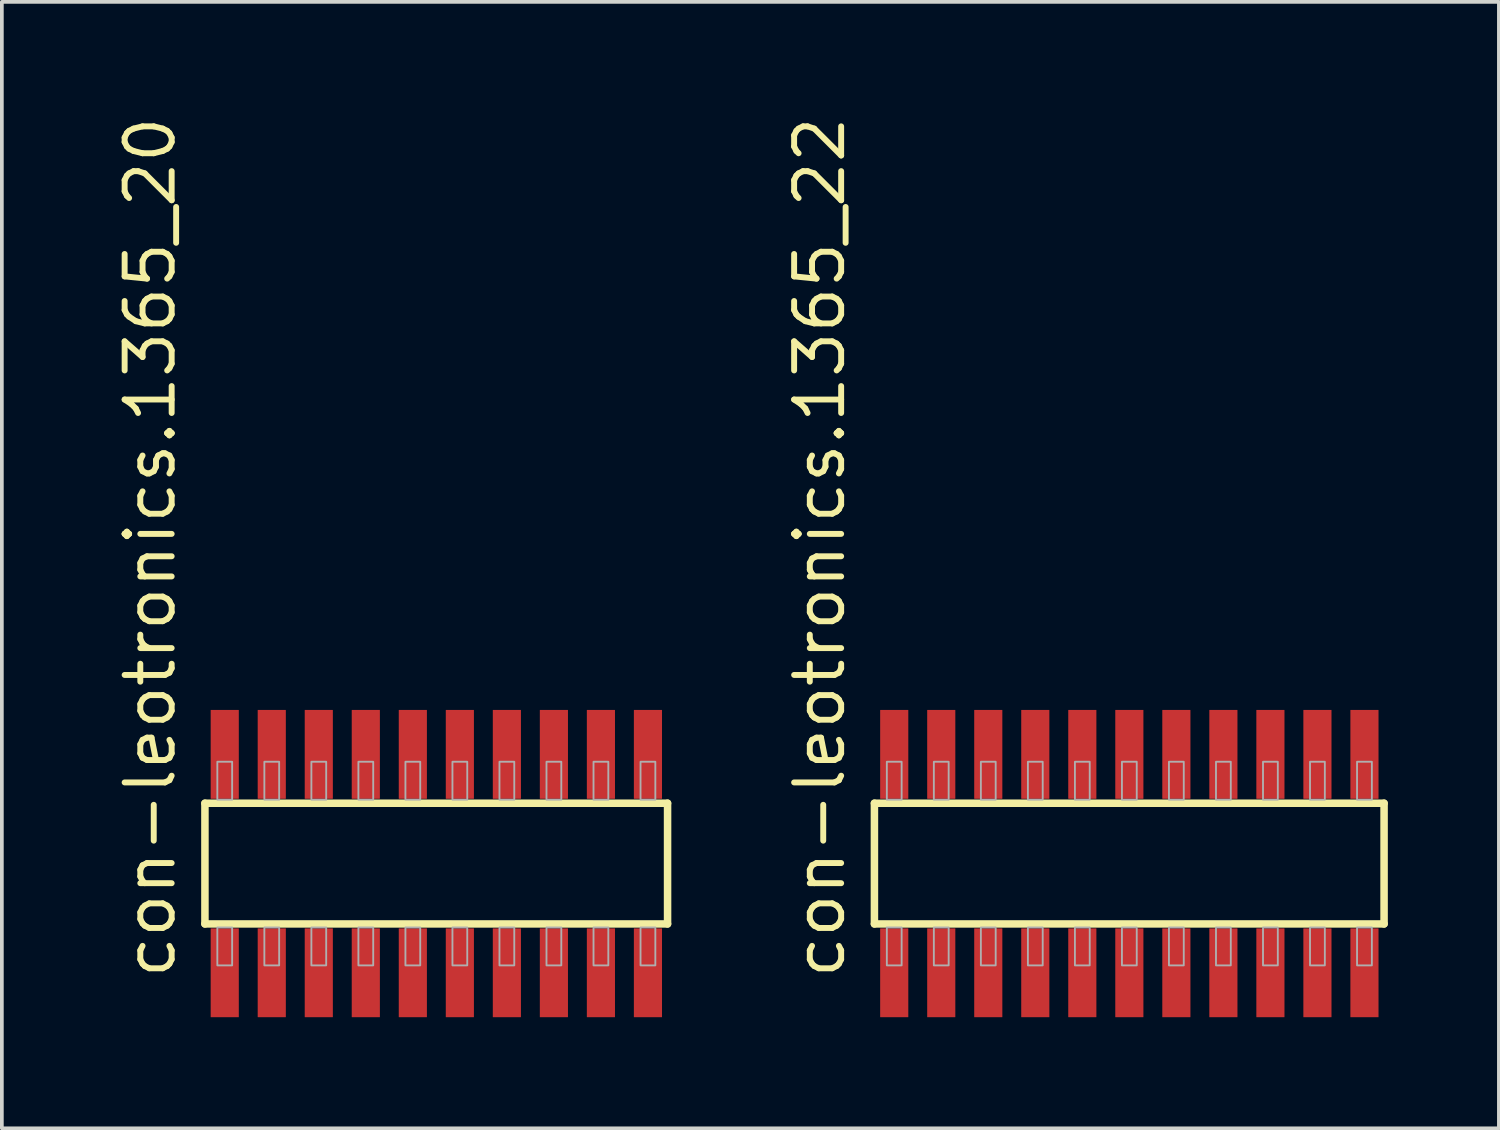
<source format=kicad_pcb>
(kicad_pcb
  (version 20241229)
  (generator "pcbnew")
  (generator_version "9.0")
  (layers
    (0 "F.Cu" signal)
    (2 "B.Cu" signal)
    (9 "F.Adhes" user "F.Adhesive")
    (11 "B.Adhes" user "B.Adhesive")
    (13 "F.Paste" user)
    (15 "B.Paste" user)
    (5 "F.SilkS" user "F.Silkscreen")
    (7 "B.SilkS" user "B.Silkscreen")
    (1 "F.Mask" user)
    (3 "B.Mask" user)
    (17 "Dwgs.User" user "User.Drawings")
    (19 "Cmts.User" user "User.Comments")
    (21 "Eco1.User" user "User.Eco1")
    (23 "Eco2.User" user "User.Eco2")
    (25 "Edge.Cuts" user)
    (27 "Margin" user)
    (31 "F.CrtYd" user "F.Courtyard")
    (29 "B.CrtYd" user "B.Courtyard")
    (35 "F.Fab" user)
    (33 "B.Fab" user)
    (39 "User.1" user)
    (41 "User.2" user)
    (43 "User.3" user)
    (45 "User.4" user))
  (footprint "con-leotronics.1365_20"
    (layer "F.Cu")
    (at 8.735 20.274)
    (property "Reference" "con-leotronics.1365_20" (at -6.985 3.175 90) (layer "F.SilkS") (effects (font (size 1.27 1.27) (thickness 0.16)) (justify left bottom)))
    (attr smd)
    (fp_line (start -6.25 -1.63) (end 6.245 -1.63) (stroke (width 0.203) (type default)) (layer "F.SilkS"))
    (fp_line (start -6.25 1.63) (end -6.25 -1.63) (stroke (width 0.203) (type default)) (layer "F.SilkS"))
    (fp_line (start 6.245 -1.63) (end 6.245 1.63) (stroke (width 0.203) (type default)) (layer "F.SilkS"))
    (fp_line (start 6.245 1.63) (end -6.25 1.63) (stroke (width 0.203) (type default)) (layer "F.SilkS"))
    (fp_rect (start -5.915 -1.725) (end -5.515 -2.75) (stroke (width 0.05) (type default)) (fill no) (layer "F.Fab"))
    (fp_rect (start -5.915 2.75) (end -5.515 1.725) (stroke (width 0.05) (type default)) (fill no) (layer "F.Fab"))
    (fp_rect (start -4.645 -1.725) (end -4.245 -2.75) (stroke (width 0.05) (type default)) (fill no) (layer "F.Fab"))
    (fp_rect (start -4.645 2.75) (end -4.245 1.725) (stroke (width 0.05) (type default)) (fill no) (layer "F.Fab"))
    (fp_rect (start -3.375 -1.725) (end -2.975 -2.75) (stroke (width 0.05) (type default)) (fill no) (layer "F.Fab"))
    (fp_rect (start -3.375 2.75) (end -2.975 1.725) (stroke (width 0.05) (type default)) (fill no) (layer "F.Fab"))
    (fp_rect (start -2.105 -1.725) (end -1.705 -2.75) (stroke (width 0.05) (type default)) (fill no) (layer "F.Fab"))
    (fp_rect (start -2.105 2.75) (end -1.705 1.725) (stroke (width 0.05) (type default)) (fill no) (layer "F.Fab"))
    (fp_rect (start -0.835 -1.725) (end -0.435 -2.75) (stroke (width 0.05) (type default)) (fill no) (layer "F.Fab"))
    (fp_rect (start -0.835 2.75) (end -0.435 1.725) (stroke (width 0.05) (type default)) (fill no) (layer "F.Fab"))
    (fp_rect (start 0.435 -1.725) (end 0.835 -2.75) (stroke (width 0.05) (type default)) (fill no) (layer "F.Fab"))
    (fp_rect (start 0.435 2.75) (end 0.835 1.725) (stroke (width 0.05) (type default)) (fill no) (layer "F.Fab"))
    (fp_rect (start 1.705 -1.725) (end 2.105 -2.75) (stroke (width 0.05) (type default)) (fill no) (layer "F.Fab"))
    (fp_rect (start 1.705 2.75) (end 2.105 1.725) (stroke (width 0.05) (type default)) (fill no) (layer "F.Fab"))
    (fp_rect (start 2.975 -1.725) (end 3.375 -2.75) (stroke (width 0.05) (type default)) (fill no) (layer "F.Fab"))
    (fp_rect (start 2.975 2.75) (end 3.375 1.725) (stroke (width 0.05) (type default)) (fill no) (layer "F.Fab"))
    (fp_rect (start 4.245 -1.725) (end 4.645 -2.75) (stroke (width 0.05) (type default)) (fill no) (layer "F.Fab"))
    (fp_rect (start 4.245 2.75) (end 4.645 1.725) (stroke (width 0.05) (type default)) (fill no) (layer "F.Fab"))
    (fp_rect (start 5.515 -1.725) (end 5.915 -2.75) (stroke (width 0.05) (type default)) (fill no) (layer "F.Fab"))
    (fp_rect (start 5.515 2.75) (end 5.915 1.725) (stroke (width 0.05) (type default)) (fill no) (layer "F.Fab"))
    (pad "1" smd roundrect (at -5.715 2.95) (size 0.76 2.4) (layers "F.Cu" "F.Mask" "F.Paste") (roundrect_rratio 0.01))
    (pad "2" smd roundrect (at -5.715 -2.95) (size 0.76 2.4) (layers "F.Cu" "F.Mask" "F.Paste") (roundrect_rratio 0.01))
    (pad "3" smd roundrect (at -4.445 2.95) (size 0.76 2.4) (layers "F.Cu" "F.Mask" "F.Paste") (roundrect_rratio 0.01))
    (pad "4" smd roundrect (at -4.445 -2.95) (size 0.76 2.4) (layers "F.Cu" "F.Mask" "F.Paste") (roundrect_rratio 0.01))
    (pad "5" smd roundrect (at -3.175 2.95) (size 0.76 2.4) (layers "F.Cu" "F.Mask" "F.Paste") (roundrect_rratio 0.01))
    (pad "6" smd roundrect (at -3.175 -2.95) (size 0.76 2.4) (layers "F.Cu" "F.Mask" "F.Paste") (roundrect_rratio 0.01))
    (pad "7" smd roundrect (at -1.905 2.95) (size 0.76 2.4) (layers "F.Cu" "F.Mask" "F.Paste") (roundrect_rratio 0.01))
    (pad "8" smd roundrect (at -1.905 -2.95) (size 0.76 2.4) (layers "F.Cu" "F.Mask" "F.Paste") (roundrect_rratio 0.01))
    (pad "9" smd roundrect (at -0.635 2.95) (size 0.76 2.4) (layers "F.Cu" "F.Mask" "F.Paste") (roundrect_rratio 0.01))
    (pad "10" smd roundrect (at -0.635 -2.95) (size 0.76 2.4) (layers "F.Cu" "F.Mask" "F.Paste") (roundrect_rratio 0.01))
    (pad "11" smd roundrect (at 0.635 2.95) (size 0.76 2.4) (layers "F.Cu" "F.Mask" "F.Paste") (roundrect_rratio 0.01))
    (pad "12" smd roundrect (at 0.635 -2.95) (size 0.76 2.4) (layers "F.Cu" "F.Mask" "F.Paste") (roundrect_rratio 0.01))
    (pad "13" smd roundrect (at 1.905 2.95) (size 0.76 2.4) (layers "F.Cu" "F.Mask" "F.Paste") (roundrect_rratio 0.01))
    (pad "14" smd roundrect (at 1.905 -2.95) (size 0.76 2.4) (layers "F.Cu" "F.Mask" "F.Paste") (roundrect_rratio 0.01))
    (pad "15" smd roundrect (at 3.175 2.95) (size 0.76 2.4) (layers "F.Cu" "F.Mask" "F.Paste") (roundrect_rratio 0.01))
    (pad "16" smd roundrect (at 3.175 -2.95) (size 0.76 2.4) (layers "F.Cu" "F.Mask" "F.Paste") (roundrect_rratio 0.01))
    (pad "17" smd roundrect (at 4.445 2.95) (size 0.76 2.4) (layers "F.Cu" "F.Mask" "F.Paste") (roundrect_rratio 0.01))
    (pad "18" smd roundrect (at 4.445 -2.95) (size 0.76 2.4) (layers "F.Cu" "F.Mask" "F.Paste") (roundrect_rratio 0.01))
    (pad "19" smd roundrect (at 5.715 2.95) (size 0.76 2.4) (layers "F.Cu" "F.Mask" "F.Paste") (roundrect_rratio 0.01))
    (pad "20" smd roundrect (at 5.715 -2.95) (size 0.76 2.4) (layers "F.Cu" "F.Mask" "F.Paste") (roundrect_rratio 0.01)))
  (footprint "con-leotronics.1365_22"
    (layer "F.Cu")
    (at 27.452 20.274)
    (property "Reference" "con-leotronics.1365_22" (at -7.62 3.175 90) (layer "F.SilkS") (effects (font (size 1.27 1.27) (thickness 0.16)) (justify left bottom)))
    (attr smd)
    (fp_line (start -6.885 -1.63) (end 6.88 -1.63) (stroke (width 0.203) (type default)) (layer "F.SilkS"))
    (fp_line (start -6.885 1.63) (end -6.885 -1.63) (stroke (width 0.203) (type default)) (layer "F.SilkS"))
    (fp_line (start 6.88 -1.63) (end 6.88 1.63) (stroke (width 0.203) (type default)) (layer "F.SilkS"))
    (fp_line (start 6.88 1.63) (end -6.885 1.63) (stroke (width 0.203) (type default)) (layer "F.SilkS"))
    (fp_rect (start -6.55 -1.725) (end -6.15 -2.75) (stroke (width 0.05) (type default)) (fill no) (layer "F.Fab"))
    (fp_rect (start -6.55 2.75) (end -6.15 1.725) (stroke (width 0.05) (type default)) (fill no) (layer "F.Fab"))
    (fp_rect (start -5.28 -1.725) (end -4.88 -2.75) (stroke (width 0.05) (type default)) (fill no) (layer "F.Fab"))
    (fp_rect (start -5.28 2.75) (end -4.88 1.725) (stroke (width 0.05) (type default)) (fill no) (layer "F.Fab"))
    (fp_rect (start -4.01 -1.725) (end -3.61 -2.75) (stroke (width 0.05) (type default)) (fill no) (layer "F.Fab"))
    (fp_rect (start -4.01 2.75) (end -3.61 1.725) (stroke (width 0.05) (type default)) (fill no) (layer "F.Fab"))
    (fp_rect (start -2.74 -1.725) (end -2.34 -2.75) (stroke (width 0.05) (type default)) (fill no) (layer "F.Fab"))
    (fp_rect (start -2.74 2.75) (end -2.34 1.725) (stroke (width 0.05) (type default)) (fill no) (layer "F.Fab"))
    (fp_rect (start -1.47 -1.725) (end -1.07 -2.75) (stroke (width 0.05) (type default)) (fill no) (layer "F.Fab"))
    (fp_rect (start -1.47 2.75) (end -1.07 1.725) (stroke (width 0.05) (type default)) (fill no) (layer "F.Fab"))
    (fp_rect (start -0.2 -1.725) (end 0.2 -2.75) (stroke (width 0.05) (type default)) (fill no) (layer "F.Fab"))
    (fp_rect (start -0.2 2.75) (end 0.2 1.725) (stroke (width 0.05) (type default)) (fill no) (layer "F.Fab"))
    (fp_rect (start 1.07 -1.725) (end 1.47 -2.75) (stroke (width 0.05) (type default)) (fill no) (layer "F.Fab"))
    (fp_rect (start 1.07 2.75) (end 1.47 1.725) (stroke (width 0.05) (type default)) (fill no) (layer "F.Fab"))
    (fp_rect (start 2.34 -1.725) (end 2.74 -2.75) (stroke (width 0.05) (type default)) (fill no) (layer "F.Fab"))
    (fp_rect (start 2.34 2.75) (end 2.74 1.725) (stroke (width 0.05) (type default)) (fill no) (layer "F.Fab"))
    (fp_rect (start 3.61 -1.725) (end 4.01 -2.75) (stroke (width 0.05) (type default)) (fill no) (layer "F.Fab"))
    (fp_rect (start 3.61 2.75) (end 4.01 1.725) (stroke (width 0.05) (type default)) (fill no) (layer "F.Fab"))
    (fp_rect (start 4.88 -1.725) (end 5.28 -2.75) (stroke (width 0.05) (type default)) (fill no) (layer "F.Fab"))
    (fp_rect (start 4.88 2.75) (end 5.28 1.725) (stroke (width 0.05) (type default)) (fill no) (layer "F.Fab"))
    (fp_rect (start 6.15 -1.725) (end 6.55 -2.75) (stroke (width 0.05) (type default)) (fill no) (layer "F.Fab"))
    (fp_rect (start 6.15 2.75) (end 6.55 1.725) (stroke (width 0.05) (type default)) (fill no) (layer "F.Fab"))
    (pad "1" smd roundrect (at -6.35 2.95) (size 0.76 2.4) (layers "F.Cu" "F.Mask" "F.Paste") (roundrect_rratio 0.01))
    (pad "2" smd roundrect (at -6.35 -2.95) (size 0.76 2.4) (layers "F.Cu" "F.Mask" "F.Paste") (roundrect_rratio 0.01))
    (pad "3" smd roundrect (at -5.08 2.95) (size 0.76 2.4) (layers "F.Cu" "F.Mask" "F.Paste") (roundrect_rratio 0.01))
    (pad "4" smd roundrect (at -5.08 -2.95) (size 0.76 2.4) (layers "F.Cu" "F.Mask" "F.Paste") (roundrect_rratio 0.01))
    (pad "5" smd roundrect (at -3.81 2.95) (size 0.76 2.4) (layers "F.Cu" "F.Mask" "F.Paste") (roundrect_rratio 0.01))
    (pad "6" smd roundrect (at -3.81 -2.95) (size 0.76 2.4) (layers "F.Cu" "F.Mask" "F.Paste") (roundrect_rratio 0.01))
    (pad "7" smd roundrect (at -2.54 2.95) (size 0.76 2.4) (layers "F.Cu" "F.Mask" "F.Paste") (roundrect_rratio 0.01))
    (pad "8" smd roundrect (at -2.54 -2.95) (size 0.76 2.4) (layers "F.Cu" "F.Mask" "F.Paste") (roundrect_rratio 0.01))
    (pad "9" smd roundrect (at -1.27 2.95) (size 0.76 2.4) (layers "F.Cu" "F.Mask" "F.Paste") (roundrect_rratio 0.01))
    (pad "10" smd roundrect (at -1.27 -2.95) (size 0.76 2.4) (layers "F.Cu" "F.Mask" "F.Paste") (roundrect_rratio 0.01))
    (pad "11" smd roundrect (at 0 2.95) (size 0.76 2.4) (layers "F.Cu" "F.Mask" "F.Paste") (roundrect_rratio 0.01))
    (pad "12" smd roundrect (at 0 -2.95) (size 0.76 2.4) (layers "F.Cu" "F.Mask" "F.Paste") (roundrect_rratio 0.01))
    (pad "13" smd roundrect (at 1.27 2.95) (size 0.76 2.4) (layers "F.Cu" "F.Mask" "F.Paste") (roundrect_rratio 0.01))
    (pad "14" smd roundrect (at 1.27 -2.95) (size 0.76 2.4) (layers "F.Cu" "F.Mask" "F.Paste") (roundrect_rratio 0.01))
    (pad "15" smd roundrect (at 2.54 2.95) (size 0.76 2.4) (layers "F.Cu" "F.Mask" "F.Paste") (roundrect_rratio 0.01))
    (pad "16" smd roundrect (at 2.54 -2.95) (size 0.76 2.4) (layers "F.Cu" "F.Mask" "F.Paste") (roundrect_rratio 0.01))
    (pad "17" smd roundrect (at 3.81 2.95) (size 0.76 2.4) (layers "F.Cu" "F.Mask" "F.Paste") (roundrect_rratio 0.01))
    (pad "18" smd roundrect (at 3.81 -2.95) (size 0.76 2.4) (layers "F.Cu" "F.Mask" "F.Paste") (roundrect_rratio 0.01))
    (pad "19" smd roundrect (at 5.08 2.95) (size 0.76 2.4) (layers "F.Cu" "F.Mask" "F.Paste") (roundrect_rratio 0.01))
    (pad "20" smd roundrect (at 5.08 -2.95) (size 0.76 2.4) (layers "F.Cu" "F.Mask" "F.Paste") (roundrect_rratio 0.01))
    (pad "21" smd roundrect (at 6.35 2.95) (size 0.76 2.4) (layers "F.Cu" "F.Mask" "F.Paste") (roundrect_rratio 0.01))
    (pad "22" smd roundrect (at 6.35 -2.95) (size 0.76 2.4) (layers "F.Cu" "F.Mask" "F.Paste") (roundrect_rratio 0.01)))
  (gr_rect
    (start -3 -3)
    (end 37.433 27.424)
    (stroke (width 0.1) (type default))
    (fill no)
    (layer "Edge.Cuts")))
</source>
